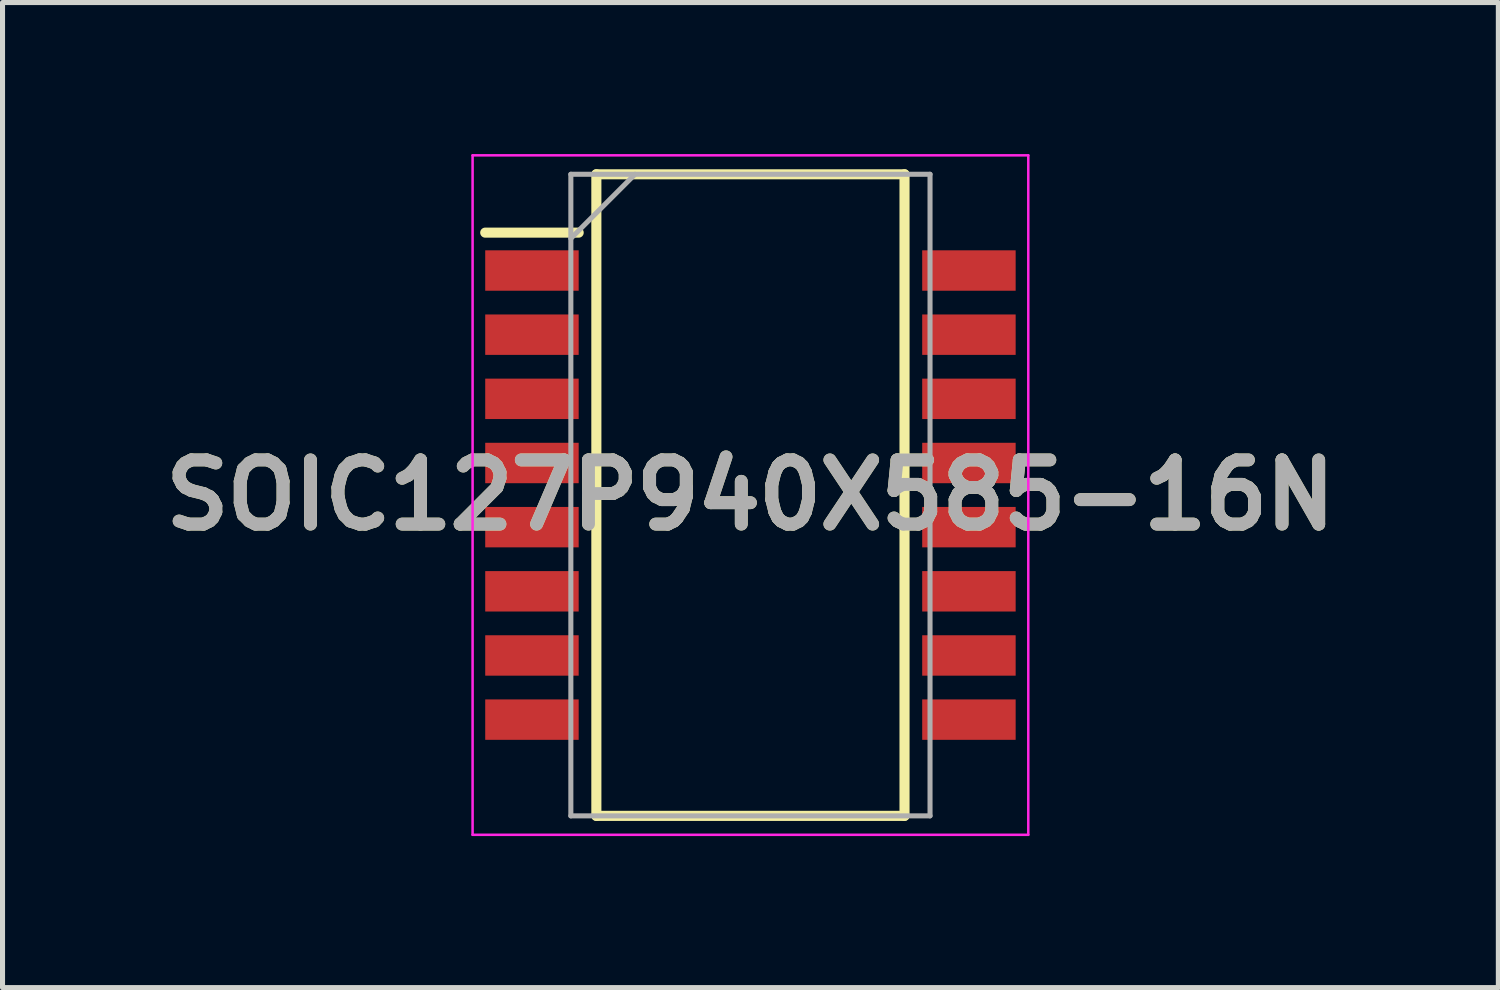
<source format=kicad_pcb>
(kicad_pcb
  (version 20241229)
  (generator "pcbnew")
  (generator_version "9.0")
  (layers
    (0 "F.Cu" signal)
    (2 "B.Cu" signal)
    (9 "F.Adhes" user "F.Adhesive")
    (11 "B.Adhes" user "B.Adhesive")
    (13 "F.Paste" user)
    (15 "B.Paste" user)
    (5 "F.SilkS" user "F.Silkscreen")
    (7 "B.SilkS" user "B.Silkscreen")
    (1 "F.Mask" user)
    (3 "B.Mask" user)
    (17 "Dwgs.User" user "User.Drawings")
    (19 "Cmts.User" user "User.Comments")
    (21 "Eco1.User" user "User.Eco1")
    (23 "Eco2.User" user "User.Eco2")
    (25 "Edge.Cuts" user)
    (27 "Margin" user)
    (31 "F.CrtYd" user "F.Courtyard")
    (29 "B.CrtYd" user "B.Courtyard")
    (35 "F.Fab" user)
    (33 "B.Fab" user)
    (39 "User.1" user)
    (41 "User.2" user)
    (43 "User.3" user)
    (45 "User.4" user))
  (footprint "SOIC127P940X585-16N"
    (layer "F.Cu")
    (at 11.805 6.75)
    (property "Reference" "SOIC127P940X585-16N" (at 0 0 0) (layer "F.SilkS") (effects (font (size 1.27 1.27) (thickness 0.254))))
    (attr smd)
    (fp_line (start -5.25 -5.195) (end -3.4 -5.195) (stroke (width 0.2) (type solid)) (layer "F.SilkS"))
    (fp_line (start -3.05 -6.35) (end 3.05 -6.35) (stroke (width 0.2) (type solid)) (layer "F.SilkS"))
    (fp_line (start -3.05 6.35) (end -3.05 -6.35) (stroke (width 0.2) (type solid)) (layer "F.SilkS"))
    (fp_line (start 3.05 -6.35) (end 3.05 6.35) (stroke (width 0.2) (type solid)) (layer "F.SilkS"))
    (fp_line (start 3.05 6.35) (end -3.05 6.35) (stroke (width 0.2) (type solid)) (layer "F.SilkS"))
    (fp_line (start -5.5 -6.725) (end 5.5 -6.725) (stroke (width 0.05) (type solid)) (layer "F.CrtYd"))
    (fp_line (start -5.5 6.725) (end -5.5 -6.725) (stroke (width 0.05) (type solid)) (layer "F.CrtYd"))
    (fp_line (start 5.5 -6.725) (end 5.5 6.725) (stroke (width 0.05) (type solid)) (layer "F.CrtYd"))
    (fp_line (start 5.5 6.725) (end -5.5 6.725) (stroke (width 0.05) (type solid)) (layer "F.CrtYd"))
    (fp_line (start -3.555 -6.35) (end 3.555 -6.35) (stroke (width 0.1) (type solid)) (layer "F.Fab"))
    (fp_line (start -3.555 -5.08) (end -2.285 -6.35) (stroke (width 0.1) (type solid)) (layer "F.Fab"))
    (fp_line (start -3.555 6.35) (end -3.555 -6.35) (stroke (width 0.1) (type solid)) (layer "F.Fab"))
    (fp_line (start 3.555 -6.35) (end 3.555 6.35) (stroke (width 0.1) (type solid)) (layer "F.Fab"))
    (fp_line (start 3.555 6.35) (end -3.555 6.35) (stroke (width 0.1) (type solid)) (layer "F.Fab"))
    (fp_text user "${REFERENCE}" (at 0 0 0) (layer "F.Fab") (effects (font (size 1.27 1.27) (thickness 0.254))))
    (pad "1" smd rect (at -4.325 -4.445 90) (size 0.8 1.85) (layers "F.Cu" "F.Mask" "F.Paste"))
    (pad "2" smd rect (at -4.325 -3.175 90) (size 0.8 1.85) (layers "F.Cu" "F.Mask" "F.Paste"))
    (pad "3" smd rect (at -4.325 -1.905 90) (size 0.8 1.85) (layers "F.Cu" "F.Mask" "F.Paste"))
    (pad "4" smd rect (at -4.325 -0.635 90) (size 0.8 1.85) (layers "F.Cu" "F.Mask" "F.Paste"))
    (pad "5" smd rect (at -4.325 0.635 90) (size 0.8 1.85) (layers "F.Cu" "F.Mask" "F.Paste"))
    (pad "6" smd rect (at -4.325 1.905 90) (size 0.8 1.85) (layers "F.Cu" "F.Mask" "F.Paste"))
    (pad "7" smd rect (at -4.325 3.175 90) (size 0.8 1.85) (layers "F.Cu" "F.Mask" "F.Paste"))
    (pad "8" smd rect (at -4.325 4.445 90) (size 0.8 1.85) (layers "F.Cu" "F.Mask" "F.Paste"))
    (pad "9" smd rect (at 4.325 4.445 90) (size 0.8 1.85) (layers "F.Cu" "F.Mask" "F.Paste"))
    (pad "10" smd rect (at 4.325 3.175 90) (size 0.8 1.85) (layers "F.Cu" "F.Mask" "F.Paste"))
    (pad "11" smd rect (at 4.325 1.905 90) (size 0.8 1.85) (layers "F.Cu" "F.Mask" "F.Paste"))
    (pad "12" smd rect (at 4.325 0.635 90) (size 0.8 1.85) (layers "F.Cu" "F.Mask" "F.Paste"))
    (pad "13" smd rect (at 4.325 -0.635 90) (size 0.8 1.85) (layers "F.Cu" "F.Mask" "F.Paste"))
    (pad "14" smd rect (at 4.325 -1.905 90) (size 0.8 1.85) (layers "F.Cu" "F.Mask" "F.Paste"))
    (pad "15" smd rect (at 4.325 -3.175 90) (size 0.8 1.85) (layers "F.Cu" "F.Mask" "F.Paste"))
    (pad "16" smd rect (at 4.325 -4.445 90) (size 0.8 1.85) (layers "F.Cu" "F.Mask" "F.Paste")))
  (gr_rect
    (start -3 -3)
    (end 26.61 16.5)
    (stroke (width 0.1) (type default))
    (fill no)
    (layer "Edge.Cuts")))
</source>
